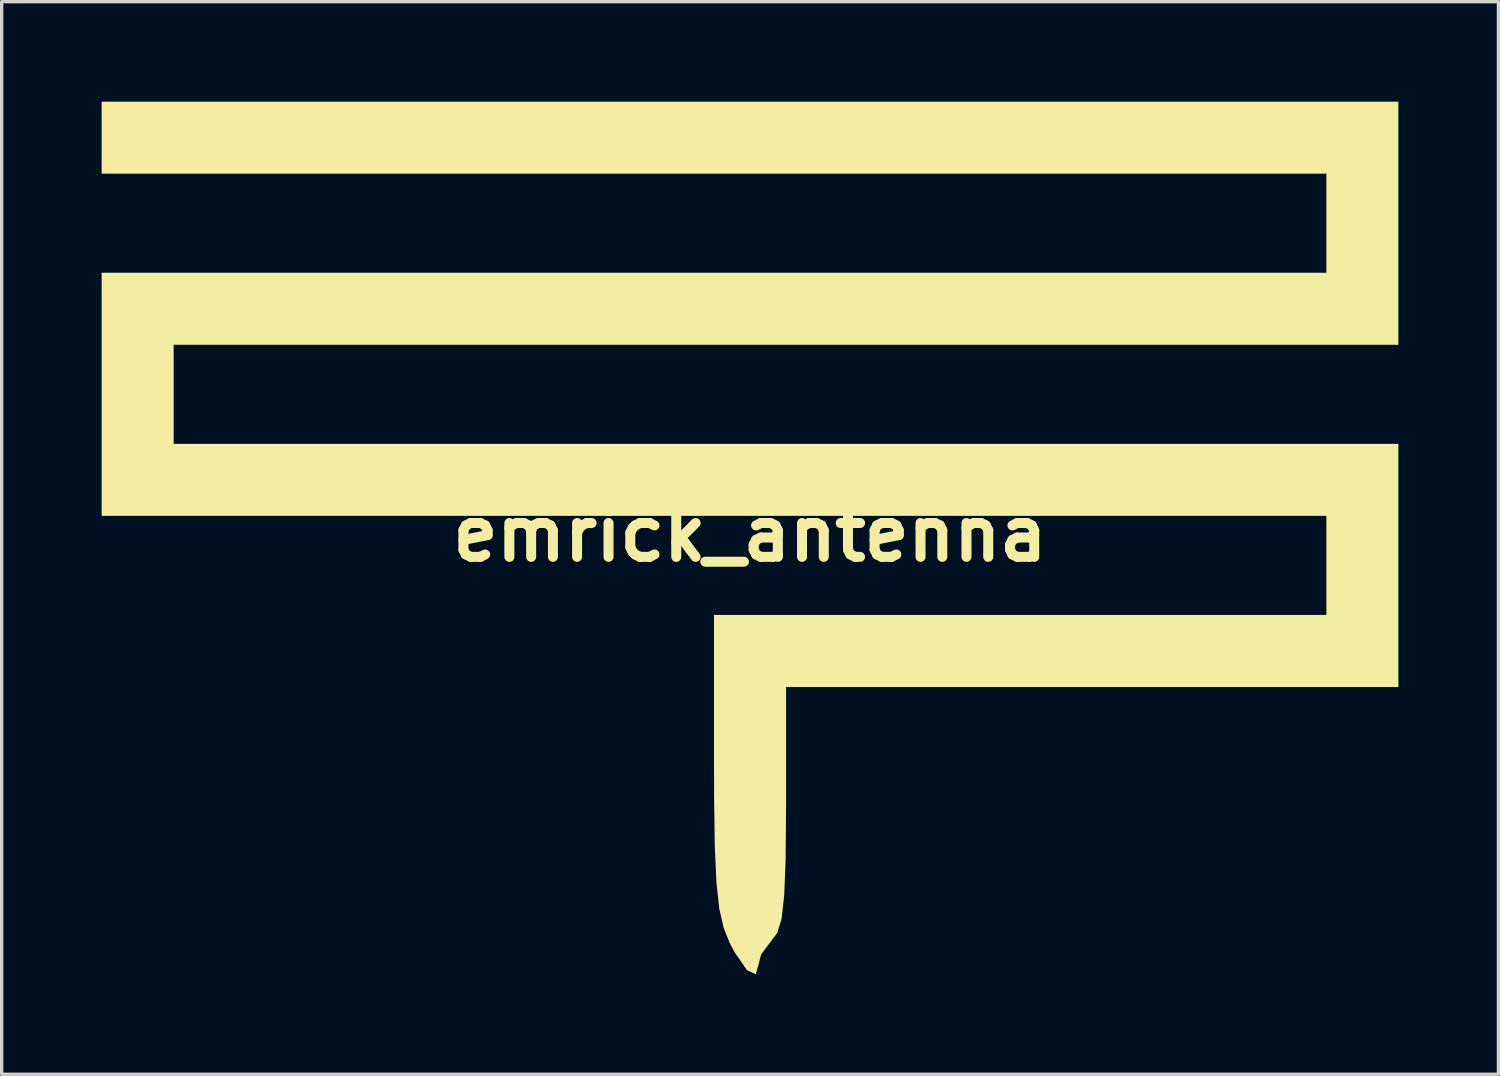
<source format=kicad_pcb>
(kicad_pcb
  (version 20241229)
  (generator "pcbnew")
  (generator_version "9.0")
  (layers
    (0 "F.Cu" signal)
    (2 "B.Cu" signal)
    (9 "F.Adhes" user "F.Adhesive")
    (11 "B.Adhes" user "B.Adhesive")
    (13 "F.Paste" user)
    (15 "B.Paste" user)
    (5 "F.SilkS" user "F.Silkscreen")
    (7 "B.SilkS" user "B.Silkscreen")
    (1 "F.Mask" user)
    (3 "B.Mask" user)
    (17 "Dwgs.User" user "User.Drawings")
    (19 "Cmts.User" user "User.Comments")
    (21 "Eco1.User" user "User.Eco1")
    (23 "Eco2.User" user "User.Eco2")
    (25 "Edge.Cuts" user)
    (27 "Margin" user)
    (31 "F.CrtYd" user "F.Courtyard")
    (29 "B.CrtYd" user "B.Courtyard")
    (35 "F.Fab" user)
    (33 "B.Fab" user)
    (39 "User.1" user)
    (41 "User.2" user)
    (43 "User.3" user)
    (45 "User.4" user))
  (footprint "emrick_antenna"
    (layer "F.Cu")
    (at 19.455 12.97)
    (property "Reference" "emrick_antenna" (at 0 0 0) (layer "F.SilkS") (effects (font (size 1.524 1.524) (thickness 0.3))))
    (attr board_only exclude_from_pos_files exclude_from_bom)
    (fp_poly (pts (xy 19.455 -5.674) (xy -17.294 -5.674) (xy -17.294 -2.702) (xy 19.455 -2.702) (xy 19.455 4.594) (xy 1.081 4.594) (xy 1.081 8.208) (xy 1.069 9.75) (xy 1.027 10.835) (xy 0.947 11.548) (xy 0.819 11.971) (xy 0.676 12.16) (xy 0.332 12.62) (xy 0.27 12.868) (xy 0.172 13.214) (xy -0.09 13.094) (xy -0.469 12.542) (xy -0.608 12.277) (xy -0.791 11.823) (xy -0.921 11.252) (xy -1.007 10.471) (xy -1.057 9.386) (xy -1.078 7.906) (xy -1.081 6.879) (xy -1.081 2.432) (xy 17.294 2.432) (xy 17.294 -0.54) (xy -19.455 -0.54) (xy -19.455 -7.836) (xy 17.294 -7.836) (xy 17.294 -10.809) (xy -19.455 -10.809) (xy -19.455 -12.97) (xy 19.455 -12.97)) (stroke (width 0) (type solid)) (fill yes) (layer "F.SilkS")))
  (gr_rect
    (start -3 -3)
    (end 41.911 29.184)
    (stroke (width 0.1) (type default))
    (fill no)
    (layer "Edge.Cuts")))
</source>
